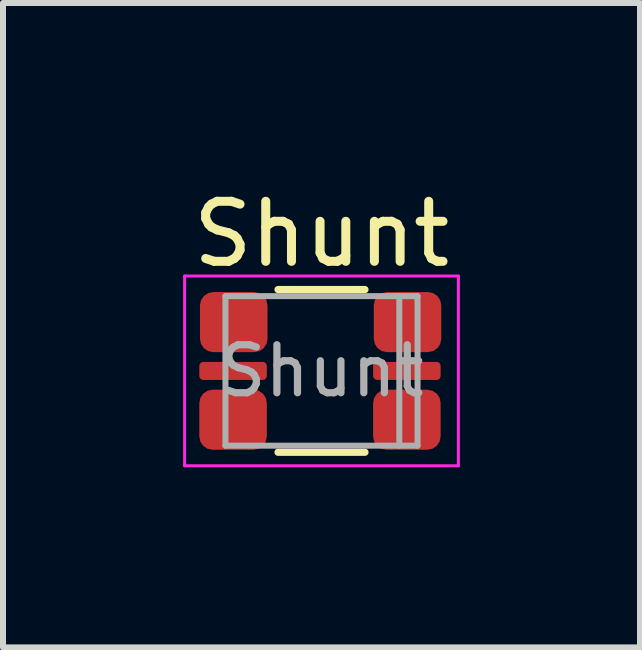
<source format=kicad_pcb>
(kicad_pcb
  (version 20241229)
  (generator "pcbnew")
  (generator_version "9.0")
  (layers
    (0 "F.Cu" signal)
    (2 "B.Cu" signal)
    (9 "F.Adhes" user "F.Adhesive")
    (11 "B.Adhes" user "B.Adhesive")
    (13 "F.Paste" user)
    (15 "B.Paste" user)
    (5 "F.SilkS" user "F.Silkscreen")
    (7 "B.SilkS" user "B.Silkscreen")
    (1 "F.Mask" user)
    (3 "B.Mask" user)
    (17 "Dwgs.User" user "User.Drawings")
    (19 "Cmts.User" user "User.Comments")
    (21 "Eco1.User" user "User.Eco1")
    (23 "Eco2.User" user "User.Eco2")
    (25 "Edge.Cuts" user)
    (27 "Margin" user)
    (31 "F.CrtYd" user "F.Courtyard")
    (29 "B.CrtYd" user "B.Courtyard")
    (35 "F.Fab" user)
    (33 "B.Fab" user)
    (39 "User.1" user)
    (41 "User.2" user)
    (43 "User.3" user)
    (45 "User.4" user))
  (footprint "Shunt"
    (layer "F.Cu")
    (at 2.305 3.128)
    (property "Reference" "Shunt" (at 0 -2.28 180) (layer "F.SilkS") (effects (font (size 1 1) (thickness 0.15))))
    (attr smd)
    (fp_line (start -0.724 -1.355) (end 0.724 -1.355) (stroke (width 0.12) (type solid)) (layer "F.SilkS"))
    (fp_line (start -0.724 1.355) (end 0.724 1.355) (stroke (width 0.12) (type solid)) (layer "F.SilkS"))
    (fp_line (start -2.28 -1.58) (end 2.28 -1.58) (stroke (width 0.05) (type solid)) (layer "F.CrtYd"))
    (fp_line (start -2.28 1.58) (end -2.28 -1.58) (stroke (width 0.05) (type solid)) (layer "F.CrtYd"))
    (fp_line (start 2.28 -1.58) (end 2.28 1.58) (stroke (width 0.05) (type solid)) (layer "F.CrtYd"))
    (fp_line (start 2.28 1.58) (end -2.28 1.58) (stroke (width 0.05) (type solid)) (layer "F.CrtYd"))
    (fp_line (start -1.6 -1.245) (end 1.6 -1.245) (stroke (width 0.1) (type solid)) (layer "F.Fab"))
    (fp_line (start -1.6 1.245) (end -1.6 -1.245) (stroke (width 0.1) (type solid)) (layer "F.Fab"))
    (fp_line (start 1.296 1.245) (end 1.296 -1.245) (stroke (width 0.1) (type solid)) (layer "F.Fab"))
    (fp_line (start 1.6 -1.245) (end 1.6 1.245) (stroke (width 0.1) (type solid)) (layer "F.Fab"))
    (fp_line (start 1.6 1.245) (end -1.6 1.245) (stroke (width 0.1) (type solid)) (layer "F.Fab"))
    (fp_text user "${REFERENCE}" (at 0 0 180) (layer "F.Fab") (effects (font (size 0.8 0.8) (thickness 0.12))))
    (pad "1" smd roundrect (at -1.473 0.813) (size 1.125 1) (layers "F.Cu" "F.Mask" "F.Paste") (roundrect_rratio 0.222))
    (pad "1" smd roundrect (at -1.462 -0.813) (size 1.125 1) (layers "F.Cu" "F.Mask" "F.Paste") (roundrect_rratio 0.222))
    (pad "2" smd roundrect (at 1.422 0) (size 1.125 0.3) (layers "F.Cu" "F.Mask" "F.Paste") (roundrect_rratio 0.222))
    (pad "3" smd roundrect (at -1.473 0) (size 1.125 0.3) (layers "F.Cu" "F.Mask" "F.Paste") (roundrect_rratio 0.222))
    (pad "4" smd roundrect (at 1.422 0.813) (size 1.125 1) (layers "F.Cu" "F.Mask" "F.Paste") (roundrect_rratio 0.222))
    (pad "4" smd roundrect (at 1.433 -0.813) (size 1.125 1) (layers "F.Cu" "F.Mask" "F.Paste") (roundrect_rratio 0.222)))
  (gr_rect
    (start -3 -3)
    (end 7.61 7.733)
    (stroke (width 0.1) (type default))
    (fill no)
    (layer "Edge.Cuts")))
</source>
